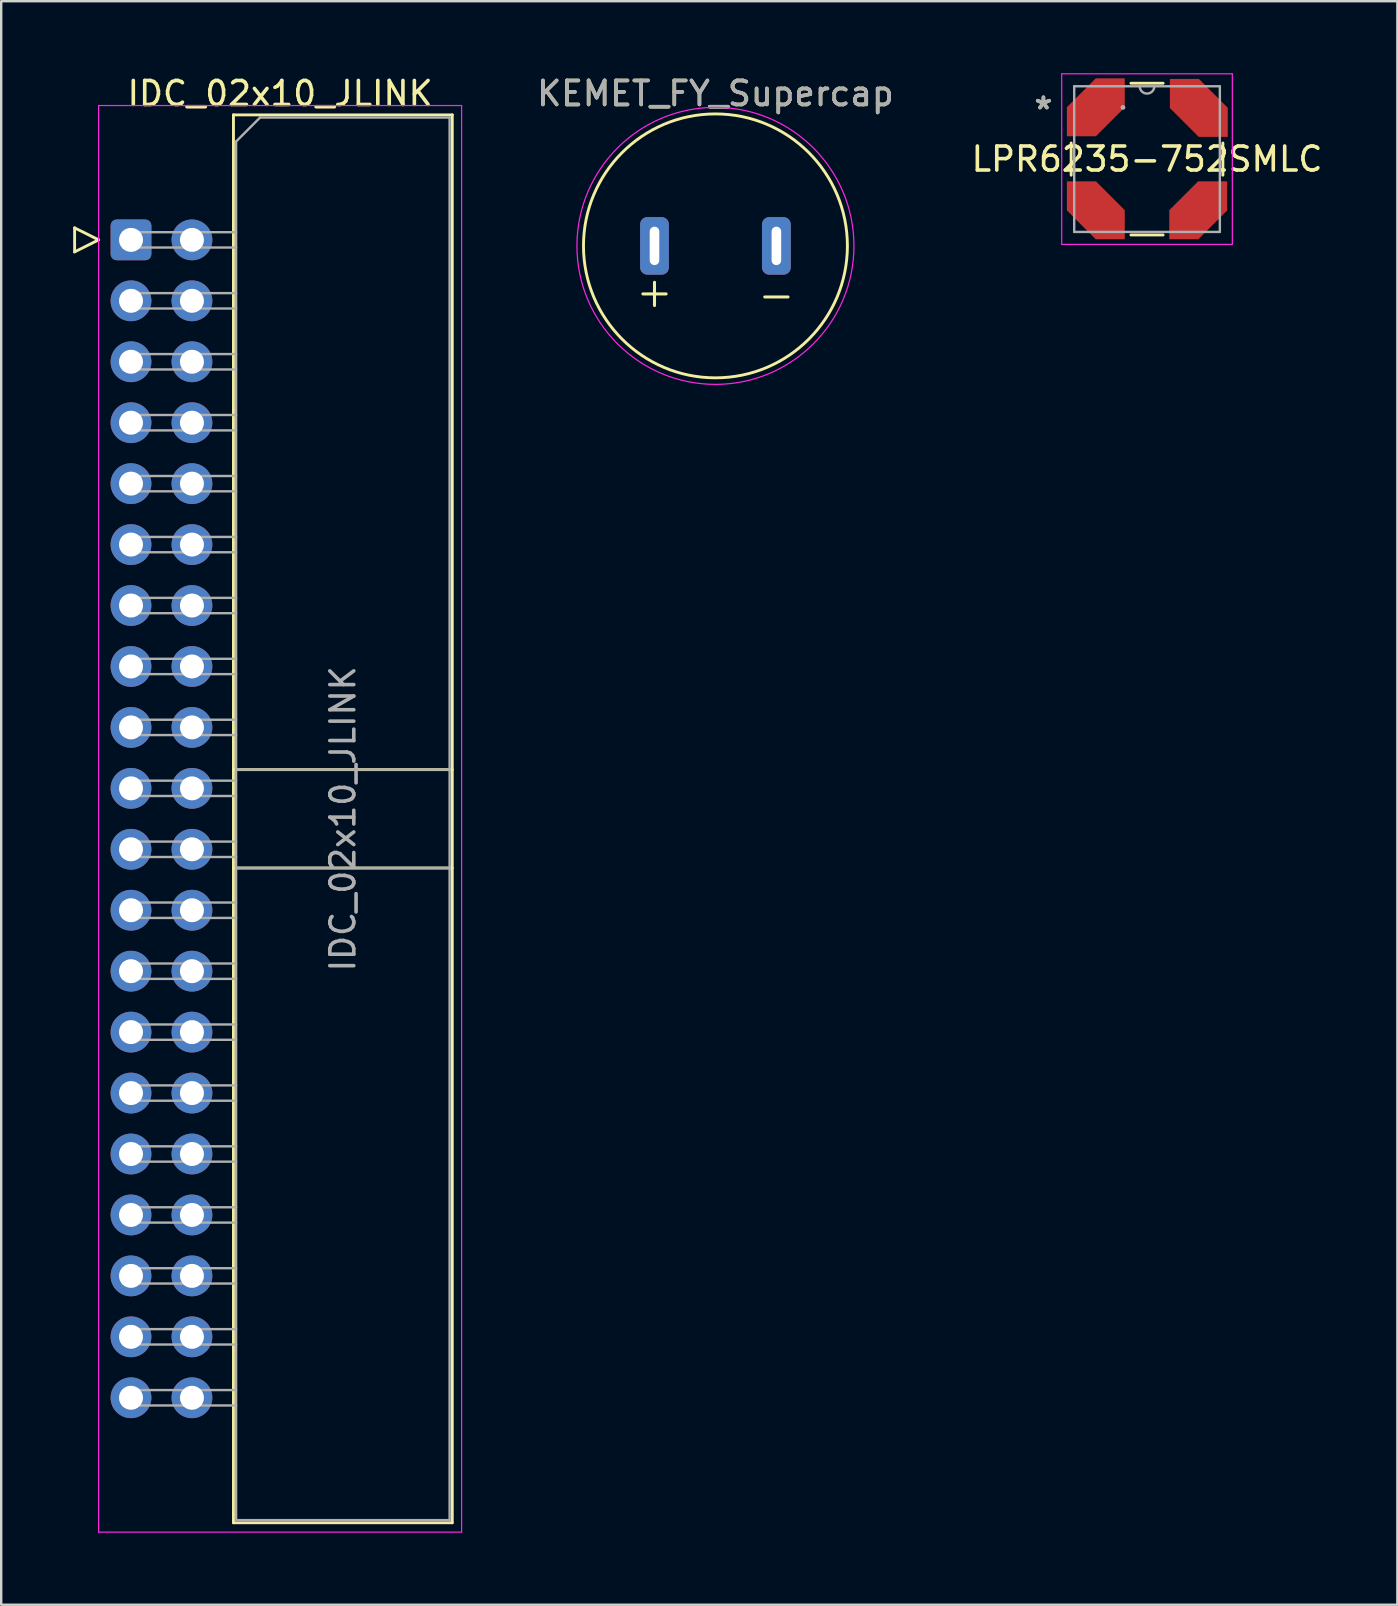
<source format=kicad_pcb>
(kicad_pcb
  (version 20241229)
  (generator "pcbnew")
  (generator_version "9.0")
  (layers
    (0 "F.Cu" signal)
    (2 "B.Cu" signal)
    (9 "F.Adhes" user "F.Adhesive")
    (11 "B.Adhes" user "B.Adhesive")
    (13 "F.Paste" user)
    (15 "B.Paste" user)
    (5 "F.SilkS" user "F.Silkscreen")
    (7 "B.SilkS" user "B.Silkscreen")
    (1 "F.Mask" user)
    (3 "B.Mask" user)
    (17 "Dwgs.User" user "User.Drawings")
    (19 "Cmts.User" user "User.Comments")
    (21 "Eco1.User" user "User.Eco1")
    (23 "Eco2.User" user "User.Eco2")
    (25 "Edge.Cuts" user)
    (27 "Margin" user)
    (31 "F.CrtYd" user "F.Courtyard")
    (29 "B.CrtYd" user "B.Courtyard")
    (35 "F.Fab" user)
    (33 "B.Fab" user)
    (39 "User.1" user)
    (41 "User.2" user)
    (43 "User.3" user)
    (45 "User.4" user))
  (footprint "LPR6235-752SMLC"
    (layer "F.Cu")
    (at 44.757 3.581)
    (property "Reference" "LPR6235-752SMLC" (at 0 0 0) (layer "F.SilkS") (effects (font (size 1 1) (thickness 0.15))))
    (attr through_hole)
    (fp_line (start -3.162 -0.671) (end -3.162 0.671) (stroke (width 0.12) (type solid)) (layer "F.SilkS"))
    (fp_line (start -0.671 3.162) (end 0.671 3.162) (stroke (width 0.12) (type solid)) (layer "F.SilkS"))
    (fp_line (start 0.671 -3.162) (end -0.671 -3.162) (stroke (width 0.12) (type solid)) (layer "F.SilkS"))
    (fp_line (start 3.162 0.671) (end 3.162 -0.671) (stroke (width 0.12) (type solid)) (layer "F.SilkS"))
    (fp_line (start -3.556 -3.556) (end 3.556 -3.556) (stroke (width 0.05) (type solid)) (layer "F.CrtYd"))
    (fp_line (start -3.556 3.556) (end -3.556 -3.556) (stroke (width 0.05) (type solid)) (layer "F.CrtYd"))
    (fp_line (start -3.289 3.556) (end -3.289 3.556) (stroke (width 0.05) (type solid)) (layer "F.CrtYd"))
    (fp_line (start -3.289 3.556) (end -3.289 3.556) (stroke (width 0.05) (type solid)) (layer "F.CrtYd"))
    (fp_line (start 3.289 3.556) (end 3.289 3.556) (stroke (width 0.05) (type solid)) (layer "F.CrtYd"))
    (fp_line (start 3.289 3.556) (end 3.289 3.556) (stroke (width 0.05) (type solid)) (layer "F.CrtYd"))
    (fp_line (start 3.556 -3.556) (end 3.556 3.556) (stroke (width 0.05) (type solid)) (layer "F.CrtYd"))
    (fp_line (start 3.556 3.556) (end -3.556 3.556) (stroke (width 0.05) (type solid)) (layer "F.CrtYd"))
    (fp_line (start -3.035 -3.035) (end -3.035 3.035) (stroke (width 0.1) (type solid)) (layer "F.Fab"))
    (fp_line (start -3.035 3.035) (end 3.035 3.035) (stroke (width 0.1) (type solid)) (layer "F.Fab"))
    (fp_line (start 3.035 -3.035) (end -3.035 -3.035) (stroke (width 0.1) (type solid)) (layer "F.Fab"))
    (fp_line (start 3.035 3.035) (end 3.035 -3.035) (stroke (width 0.1) (type solid)) (layer "F.Fab"))
    (fp_arc (start 0.3048 -3.0353) (mid 0 -2.7305) (end -0.3048 -3.0353) (stroke (width 0.1) (type solid)) (layer "F.Fab"))
    (fp_circle (center -1.003 -2.153) (end -1.003 -2.153) (stroke (width 0.1) (type solid)) (fill no) (layer "F.Fab"))
    (fp_text user "*" (at -4.318 -2.032 0) (layer "F.SilkS") (effects (font (size 1 1) (thickness 0.15))))
    (fp_text user "*" (at -4.318 -2.032 0) (layer "F.Fab") (effects (font (size 1 1) (thickness 0.15))))
    (pad "1" smd custom (at -2.134 -2.159 90) (size 0.025 0.025) (layers "F.Cu" "F.Mask" "F.Paste") (options (anchor circle)) (primitives (gr_poly (pts (xy -1.194 -1.194) (xy -1.194 0) (xy 0 1.194) (xy 1.194 1.194) (xy 1.194 0) (xy 0 -1.194)) (width 0.025) (fill yes))))
    (pad "2" smd custom (at -2.134 2.134) (size 0.025 0.025) (layers "F.Cu" "F.Mask" "F.Paste") (options (anchor circle)) (primitives (gr_poly (pts (xy -1.194 -1.194) (xy -1.194 0) (xy 0 1.194) (xy 1.194 1.194) (xy 1.194 0) (xy 0 -1.194)) (width 0.025) (fill yes))))
    (pad "3" smd custom (at 2.134 2.134 270) (size 0.025 0.025) (layers "F.Cu" "F.Mask" "F.Paste") (options (anchor circle)) (primitives (gr_poly (pts (xy -1.194 -1.194) (xy -1.194 0) (xy 0 1.194) (xy 1.194 1.194) (xy 1.194 0) (xy 0 -1.194)) (width 0.025) (fill yes))))
    (pad "4" smd custom (at 2.159 -2.134 180) (size 0.025 0.025) (layers "F.Cu" "F.Mask" "F.Paste") (options (anchor circle)) (primitives (gr_poly (pts (xy -1.194 -1.194) (xy -1.194 0) (xy 0 1.194) (xy 1.194 1.194) (xy 1.194 0) (xy 0 -1.194)) (width 0.025) (fill yes)))))
  (footprint "KEMET_FY_Supercap"
    (layer "F.Cu")
    (at 26.769 7.198)
    (property "Reference" "KEMET_FY_Supercap" (at 0 -6.35 0) (unlocked yes) (layer "F.SilkS") (effects (font (size 1 1) (thickness 0.15))))
    (attr through_hole)
    (fp_circle (center 0 0) (end 5.5 0) (stroke (width 0.12) (type solid)) (fill no) (layer "F.SilkS"))
    (fp_circle (center 0 0) (end 3.683 -4.445) (stroke (width 0.05) (type solid)) (fill no) (layer "F.CrtYd"))
    (fp_text user "-" (at 2.54 2.032 0) (unlocked yes) (layer "F.SilkS") (effects (font (size 1.27 1.27) (thickness 0.127))))
    (fp_text user "+" (at -2.54 1.905 0) (unlocked yes) (layer "F.SilkS") (effects (font (size 1.27 1.27) (thickness 0.127))))
    (fp_text user "${REFERENCE}" (at 0 -6.35 0) (unlocked yes) (layer "F.Fab") (effects (font (size 1 1) (thickness 0.15))))
    (pad "1" thru_hole roundrect (at -2.54 0) (size 1.2 2.4) (drill oval 0.4 1.6) (layers "*.Cu" "*.Mask") (roundrect_rratio 0.25))
    (pad "2" thru_hole roundrect (at 2.54 0) (size 1.2 2.4) (drill oval 0.4 1.6) (layers "*.Cu" "*.Mask") (roundrect_rratio 0.25)))
  (footprint "IDC_02x10_JLINK"
    (layer "F.Cu")
    (at 2.41 6.948)
    (property "Reference" "IDC_02x10_JLINK" (at 6.215 -6.1 0) (layer "F.SilkS") (effects (font (size 1 1) (thickness 0.15))))
    (attr through_hole)
    (fp_line (start -2.35 -0.5) (end -2.35 0.5) (stroke (width 0.12) (type solid)) (layer "F.SilkS"))
    (fp_line (start -2.35 0.5) (end -1.35 0) (stroke (width 0.12) (type solid)) (layer "F.SilkS"))
    (fp_line (start -1.35 0) (end -2.35 -0.5) (stroke (width 0.12) (type solid)) (layer "F.SilkS"))
    (fp_line (start 4.27 -5.21) (end 13.39 -5.21) (stroke (width 0.12) (type solid)) (layer "F.SilkS"))
    (fp_line (start 4.27 22.08) (end 13.39 22.08) (stroke (width 0.12) (type solid)) (layer "F.SilkS"))
    (fp_line (start 4.27 26.18) (end 13.39 26.18) (stroke (width 0.12) (type solid)) (layer "F.SilkS"))
    (fp_line (start 4.27 53.47) (end 4.27 -5.21) (stroke (width 0.12) (type solid)) (layer "F.SilkS"))
    (fp_line (start 13.39 -5.21) (end 13.39 53.47) (stroke (width 0.12) (type solid)) (layer "F.SilkS"))
    (fp_line (start 13.39 53.47) (end 4.27 53.47) (stroke (width 0.12) (type solid)) (layer "F.SilkS"))
    (fp_line (start -1.35 -5.6) (end -1.35 53.86) (stroke (width 0.05) (type solid)) (layer "F.CrtYd"))
    (fp_line (start -1.35 53.86) (end 13.78 53.86) (stroke (width 0.05) (type solid)) (layer "F.CrtYd"))
    (fp_line (start 13.78 -5.6) (end -1.35 -5.6) (stroke (width 0.05) (type solid)) (layer "F.CrtYd"))
    (fp_line (start 13.78 53.86) (end 13.78 -5.6) (stroke (width 0.05) (type solid)) (layer "F.CrtYd"))
    (fp_line (start -0.32 -0.32) (end -0.32 0.32) (stroke (width 0.1) (type solid)) (layer "F.Fab"))
    (fp_line (start -0.32 0.32) (end 4.38 0.32) (stroke (width 0.1) (type solid)) (layer "F.Fab"))
    (fp_line (start -0.32 2.22) (end -0.32 2.86) (stroke (width 0.1) (type solid)) (layer "F.Fab"))
    (fp_line (start -0.32 2.86) (end 4.38 2.86) (stroke (width 0.1) (type solid)) (layer "F.Fab"))
    (fp_line (start -0.32 4.76) (end -0.32 5.4) (stroke (width 0.1) (type solid)) (layer "F.Fab"))
    (fp_line (start -0.32 5.4) (end 4.38 5.4) (stroke (width 0.1) (type solid)) (layer "F.Fab"))
    (fp_line (start -0.32 7.3) (end -0.32 7.94) (stroke (width 0.1) (type solid)) (layer "F.Fab"))
    (fp_line (start -0.32 7.94) (end 4.38 7.94) (stroke (width 0.1) (type solid)) (layer "F.Fab"))
    (fp_line (start -0.32 9.84) (end -0.32 10.48) (stroke (width 0.1) (type solid)) (layer "F.Fab"))
    (fp_line (start -0.32 10.48) (end 4.38 10.48) (stroke (width 0.1) (type solid)) (layer "F.Fab"))
    (fp_line (start -0.32 12.38) (end -0.32 13.02) (stroke (width 0.1) (type solid)) (layer "F.Fab"))
    (fp_line (start -0.32 13.02) (end 4.38 13.02) (stroke (width 0.1) (type solid)) (layer "F.Fab"))
    (fp_line (start -0.32 14.92) (end -0.32 15.56) (stroke (width 0.1) (type solid)) (layer "F.Fab"))
    (fp_line (start -0.32 15.56) (end 4.38 15.56) (stroke (width 0.1) (type solid)) (layer "F.Fab"))
    (fp_line (start -0.32 17.46) (end -0.32 18.1) (stroke (width 0.1) (type solid)) (layer "F.Fab"))
    (fp_line (start -0.32 18.1) (end 4.38 18.1) (stroke (width 0.1) (type solid)) (layer "F.Fab"))
    (fp_line (start -0.32 20) (end -0.32 20.64) (stroke (width 0.1) (type solid)) (layer "F.Fab"))
    (fp_line (start -0.32 20.64) (end 4.38 20.64) (stroke (width 0.1) (type solid)) (layer "F.Fab"))
    (fp_line (start -0.32 22.54) (end -0.32 23.18) (stroke (width 0.1) (type solid)) (layer "F.Fab"))
    (fp_line (start -0.32 23.18) (end 4.38 23.18) (stroke (width 0.1) (type solid)) (layer "F.Fab"))
    (fp_line (start -0.32 25.08) (end -0.32 25.72) (stroke (width 0.1) (type solid)) (layer "F.Fab"))
    (fp_line (start -0.32 25.72) (end 4.38 25.72) (stroke (width 0.1) (type solid)) (layer "F.Fab"))
    (fp_line (start -0.32 27.62) (end -0.32 28.26) (stroke (width 0.1) (type solid)) (layer "F.Fab"))
    (fp_line (start -0.32 28.26) (end 4.38 28.26) (stroke (width 0.1) (type solid)) (layer "F.Fab"))
    (fp_line (start -0.32 30.16) (end -0.32 30.8) (stroke (width 0.1) (type solid)) (layer "F.Fab"))
    (fp_line (start -0.32 30.8) (end 4.38 30.8) (stroke (width 0.1) (type solid)) (layer "F.Fab"))
    (fp_line (start -0.32 32.7) (end -0.32 33.34) (stroke (width 0.1) (type solid)) (layer "F.Fab"))
    (fp_line (start -0.32 33.34) (end 4.38 33.34) (stroke (width 0.1) (type solid)) (layer "F.Fab"))
    (fp_line (start -0.32 35.24) (end -0.32 35.88) (stroke (width 0.1) (type solid)) (layer "F.Fab"))
    (fp_line (start -0.32 35.88) (end 4.38 35.88) (stroke (width 0.1) (type solid)) (layer "F.Fab"))
    (fp_line (start -0.32 37.78) (end -0.32 38.42) (stroke (width 0.1) (type solid)) (layer "F.Fab"))
    (fp_line (start -0.32 38.42) (end 4.38 38.42) (stroke (width 0.1) (type solid)) (layer "F.Fab"))
    (fp_line (start -0.32 40.32) (end -0.32 40.96) (stroke (width 0.1) (type solid)) (layer "F.Fab"))
    (fp_line (start -0.32 40.96) (end 4.38 40.96) (stroke (width 0.1) (type solid)) (layer "F.Fab"))
    (fp_line (start -0.32 42.86) (end -0.32 43.5) (stroke (width 0.1) (type solid)) (layer "F.Fab"))
    (fp_line (start -0.32 43.5) (end 4.38 43.5) (stroke (width 0.1) (type solid)) (layer "F.Fab"))
    (fp_line (start -0.32 45.4) (end -0.32 46.04) (stroke (width 0.1) (type solid)) (layer "F.Fab"))
    (fp_line (start -0.32 46.04) (end 4.38 46.04) (stroke (width 0.1) (type solid)) (layer "F.Fab"))
    (fp_line (start -0.32 47.94) (end -0.32 48.58) (stroke (width 0.1) (type solid)) (layer "F.Fab"))
    (fp_line (start -0.32 48.58) (end 4.38 48.58) (stroke (width 0.1) (type solid)) (layer "F.Fab"))
    (fp_line (start 4.38 -4.1) (end 5.38 -5.1) (stroke (width 0.1) (type solid)) (layer "F.Fab"))
    (fp_line (start 4.38 -0.32) (end -0.32 -0.32) (stroke (width 0.1) (type solid)) (layer "F.Fab"))
    (fp_line (start 4.38 2.22) (end -0.32 2.22) (stroke (width 0.1) (type solid)) (layer "F.Fab"))
    (fp_line (start 4.38 4.76) (end -0.32 4.76) (stroke (width 0.1) (type solid)) (layer "F.Fab"))
    (fp_line (start 4.38 7.3) (end -0.32 7.3) (stroke (width 0.1) (type solid)) (layer "F.Fab"))
    (fp_line (start 4.38 9.84) (end -0.32 9.84) (stroke (width 0.1) (type solid)) (layer "F.Fab"))
    (fp_line (start 4.38 12.38) (end -0.32 12.38) (stroke (width 0.1) (type solid)) (layer "F.Fab"))
    (fp_line (start 4.38 14.92) (end -0.32 14.92) (stroke (width 0.1) (type solid)) (layer "F.Fab"))
    (fp_line (start 4.38 17.46) (end -0.32 17.46) (stroke (width 0.1) (type solid)) (layer "F.Fab"))
    (fp_line (start 4.38 20) (end -0.32 20) (stroke (width 0.1) (type solid)) (layer "F.Fab"))
    (fp_line (start 4.38 22.08) (end 13.28 22.08) (stroke (width 0.1) (type solid)) (layer "F.Fab"))
    (fp_line (start 4.38 22.54) (end -0.32 22.54) (stroke (width 0.1) (type solid)) (layer "F.Fab"))
    (fp_line (start 4.38 25.08) (end -0.32 25.08) (stroke (width 0.1) (type solid)) (layer "F.Fab"))
    (fp_line (start 4.38 26.18) (end 13.28 26.18) (stroke (width 0.1) (type solid)) (layer "F.Fab"))
    (fp_line (start 4.38 27.62) (end -0.32 27.62) (stroke (width 0.1) (type solid)) (layer "F.Fab"))
    (fp_line (start 4.38 30.16) (end -0.32 30.16) (stroke (width 0.1) (type solid)) (layer "F.Fab"))
    (fp_line (start 4.38 32.7) (end -0.32 32.7) (stroke (width 0.1) (type solid)) (layer "F.Fab"))
    (fp_line (start 4.38 35.24) (end -0.32 35.24) (stroke (width 0.1) (type solid)) (layer "F.Fab"))
    (fp_line (start 4.38 37.78) (end -0.32 37.78) (stroke (width 0.1) (type solid)) (layer "F.Fab"))
    (fp_line (start 4.38 40.32) (end -0.32 40.32) (stroke (width 0.1) (type solid)) (layer "F.Fab"))
    (fp_line (start 4.38 42.86) (end -0.32 42.86) (stroke (width 0.1) (type solid)) (layer "F.Fab"))
    (fp_line (start 4.38 45.4) (end -0.32 45.4) (stroke (width 0.1) (type solid)) (layer "F.Fab"))
    (fp_line (start 4.38 47.94) (end -0.32 47.94) (stroke (width 0.1) (type solid)) (layer "F.Fab"))
    (fp_line (start 4.38 53.36) (end 4.38 -4.1) (stroke (width 0.1) (type solid)) (layer "F.Fab"))
    (fp_line (start 5.38 -5.1) (end 13.28 -5.1) (stroke (width 0.1) (type solid)) (layer "F.Fab"))
    (fp_line (start 13.28 -5.1) (end 13.28 53.36) (stroke (width 0.1) (type solid)) (layer "F.Fab"))
    (fp_line (start 13.28 53.36) (end 4.38 53.36) (stroke (width 0.1) (type solid)) (layer "F.Fab"))
    (fp_text user "${REFERENCE}" (at 8.83 24.13 90) (layer "F.Fab") (effects (font (size 1 1) (thickness 0.15))))
    (pad "1" thru_hole roundrect (at 0 0) (size 1.7 1.7) (drill 1) (layers "*.Cu" "*.Mask") (roundrect_rratio 0.147))
    (pad "2" thru_hole circle (at 2.54 0) (size 1.7 1.7) (drill 1) (layers "*.Cu" "*.Mask"))
    (pad "3" thru_hole circle (at 0 2.54) (size 1.7 1.7) (drill 1) (layers "*.Cu" "*.Mask"))
    (pad "4" thru_hole circle (at 2.54 2.54) (size 1.7 1.7) (drill 1) (layers "*.Cu" "*.Mask"))
    (pad "5" thru_hole circle (at 0 5.08) (size 1.7 1.7) (drill 1) (layers "*.Cu" "*.Mask"))
    (pad "6" thru_hole circle (at 2.54 5.08) (size 1.7 1.7) (drill 1) (layers "*.Cu" "*.Mask"))
    (pad "7" thru_hole circle (at 0 7.62) (size 1.7 1.7) (drill 1) (layers "*.Cu" "*.Mask"))
    (pad "8" thru_hole circle (at 2.54 7.62) (size 1.7 1.7) (drill 1) (layers "*.Cu" "*.Mask"))
    (pad "9" thru_hole circle (at 0 10.16) (size 1.7 1.7) (drill 1) (layers "*.Cu" "*.Mask"))
    (pad "10" thru_hole circle (at 2.54 10.16) (size 1.7 1.7) (drill 1) (layers "*.Cu" "*.Mask"))
    (pad "11" thru_hole circle (at 0 12.7) (size 1.7 1.7) (drill 1) (layers "*.Cu" "*.Mask"))
    (pad "12" thru_hole circle (at 2.54 12.7) (size 1.7 1.7) (drill 1) (layers "*.Cu" "*.Mask"))
    (pad "13" thru_hole circle (at 0 15.24) (size 1.7 1.7) (drill 1) (layers "*.Cu" "*.Mask"))
    (pad "14" thru_hole circle (at 2.54 15.24) (size 1.7 1.7) (drill 1) (layers "*.Cu" "*.Mask"))
    (pad "15" thru_hole circle (at 0 17.78) (size 1.7 1.7) (drill 1) (layers "*.Cu" "*.Mask"))
    (pad "16" thru_hole circle (at 2.54 17.78) (size 1.7 1.7) (drill 1) (layers "*.Cu" "*.Mask"))
    (pad "17" thru_hole circle (at 0 20.32) (size 1.7 1.7) (drill 1) (layers "*.Cu" "*.Mask"))
    (pad "18" thru_hole circle (at 2.54 20.32) (size 1.7 1.7) (drill 1) (layers "*.Cu" "*.Mask"))
    (pad "19" thru_hole circle (at 0 22.86) (size 1.7 1.7) (drill 1) (layers "*.Cu" "*.Mask"))
    (pad "20" thru_hole circle (at 2.54 22.86) (size 1.7 1.7) (drill 1) (layers "*.Cu" "*.Mask"))
    (pad "21" thru_hole circle (at 0 25.4) (size 1.7 1.7) (drill 1) (layers "*.Cu" "*.Mask"))
    (pad "22" thru_hole circle (at 2.54 25.4) (size 1.7 1.7) (drill 1) (layers "*.Cu" "*.Mask"))
    (pad "23" thru_hole circle (at 0 27.94) (size 1.7 1.7) (drill 1) (layers "*.Cu" "*.Mask"))
    (pad "24" thru_hole circle (at 2.54 27.94) (size 1.7 1.7) (drill 1) (layers "*.Cu" "*.Mask"))
    (pad "25" thru_hole circle (at 0 30.48) (size 1.7 1.7) (drill 1) (layers "*.Cu" "*.Mask"))
    (pad "26" thru_hole circle (at 2.54 30.48) (size 1.7 1.7) (drill 1) (layers "*.Cu" "*.Mask"))
    (pad "27" thru_hole circle (at 0 33.02) (size 1.7 1.7) (drill 1) (layers "*.Cu" "*.Mask"))
    (pad "28" thru_hole circle (at 2.54 33.02) (size 1.7 1.7) (drill 1) (layers "*.Cu" "*.Mask"))
    (pad "29" thru_hole circle (at 0 35.56) (size 1.7 1.7) (drill 1) (layers "*.Cu" "*.Mask"))
    (pad "30" thru_hole circle (at 2.54 35.56) (size 1.7 1.7) (drill 1) (layers "*.Cu" "*.Mask"))
    (pad "31" thru_hole circle (at 0 38.1) (size 1.7 1.7) (drill 1) (layers "*.Cu" "*.Mask"))
    (pad "32" thru_hole circle (at 2.54 38.1) (size 1.7 1.7) (drill 1) (layers "*.Cu" "*.Mask"))
    (pad "33" thru_hole circle (at 0 40.64) (size 1.7 1.7) (drill 1) (layers "*.Cu" "*.Mask"))
    (pad "34" thru_hole circle (at 2.54 40.64) (size 1.7 1.7) (drill 1) (layers "*.Cu" "*.Mask"))
    (pad "35" thru_hole circle (at 0 43.18) (size 1.7 1.7) (drill 1) (layers "*.Cu" "*.Mask"))
    (pad "36" thru_hole circle (at 2.54 43.18) (size 1.7 1.7) (drill 1) (layers "*.Cu" "*.Mask"))
    (pad "37" thru_hole circle (at 0 45.72) (size 1.7 1.7) (drill 1) (layers "*.Cu" "*.Mask"))
    (pad "38" thru_hole circle (at 2.54 45.72) (size 1.7 1.7) (drill 1) (layers "*.Cu" "*.Mask"))
    (pad "39" thru_hole circle (at 0 48.26) (size 1.7 1.7) (drill 1) (layers "*.Cu" "*.Mask"))
    (pad "40" thru_hole circle (at 2.54 48.26) (size 1.7 1.7) (drill 1) (layers "*.Cu" "*.Mask")))
  (gr_rect
    (start -3 -3)
    (end 55.191 63.833)
    (stroke (width 0.1) (type default))
    (fill no)
    (layer "Edge.Cuts")))
</source>
